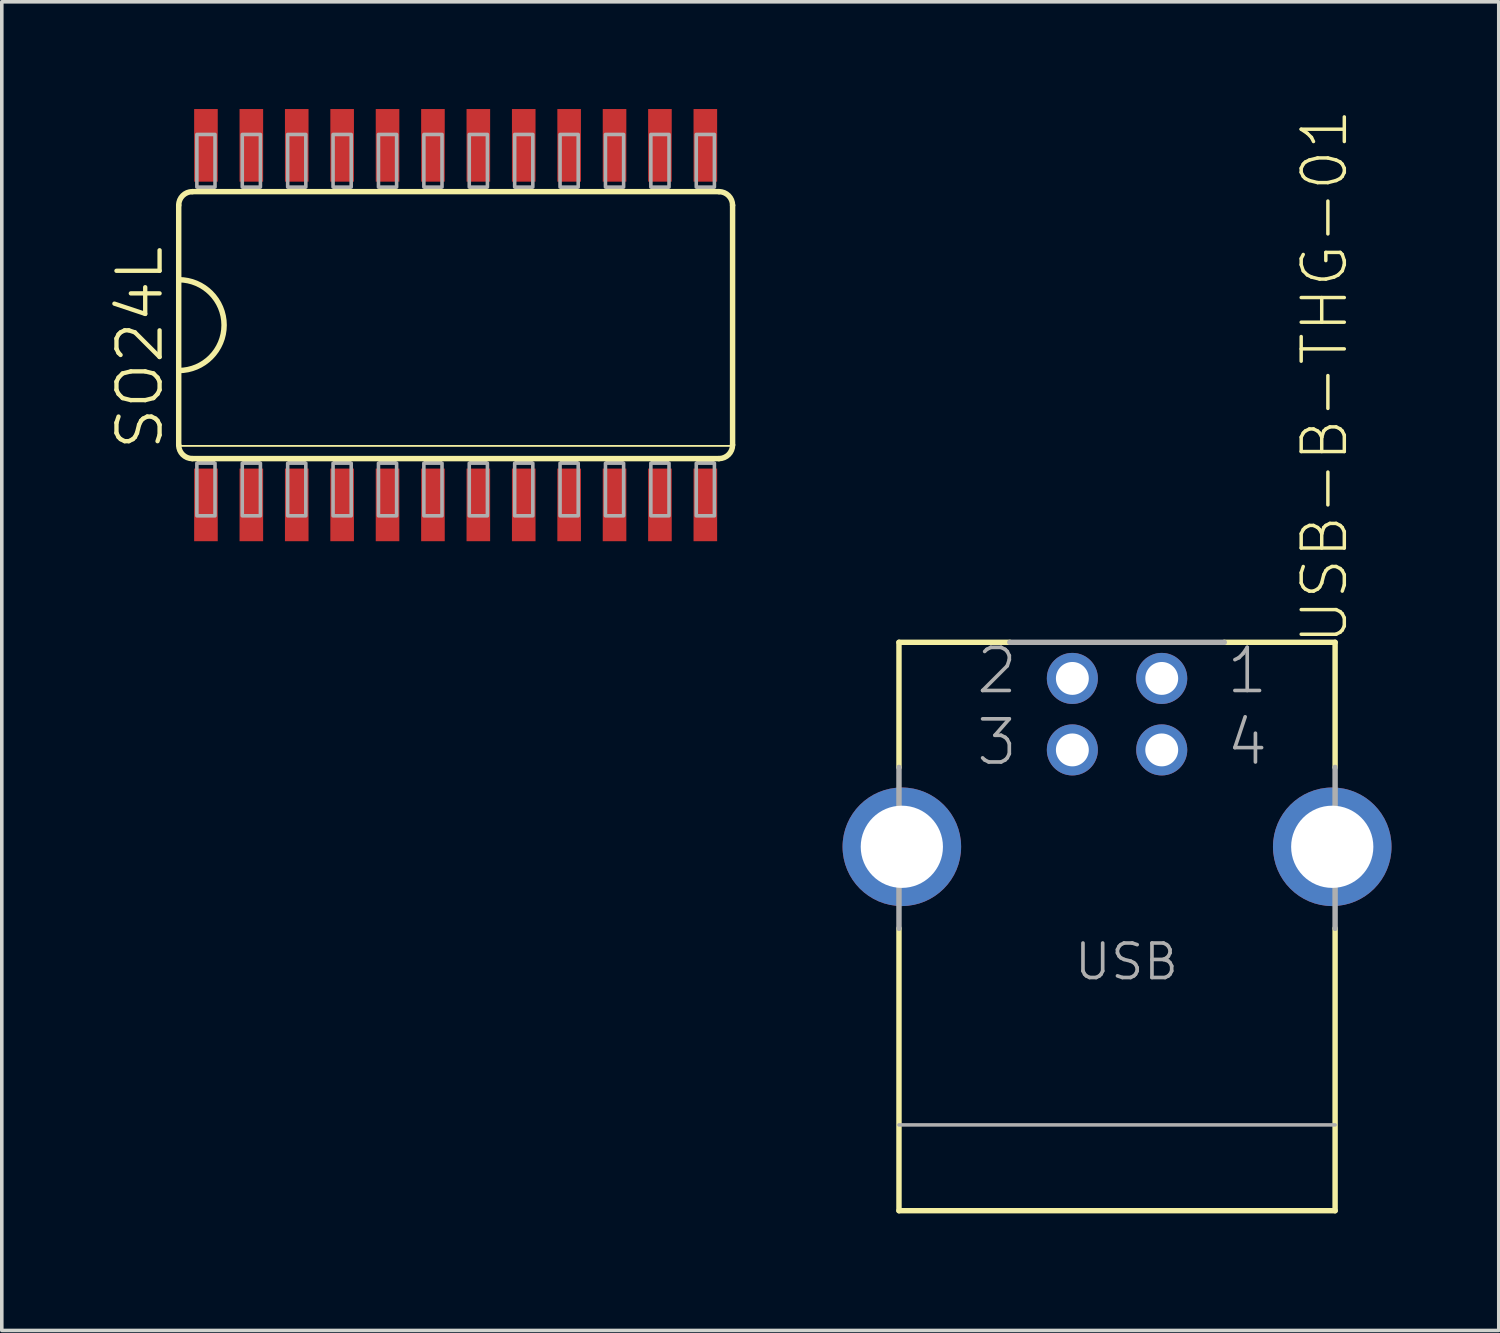
<source format=kicad_pcb>
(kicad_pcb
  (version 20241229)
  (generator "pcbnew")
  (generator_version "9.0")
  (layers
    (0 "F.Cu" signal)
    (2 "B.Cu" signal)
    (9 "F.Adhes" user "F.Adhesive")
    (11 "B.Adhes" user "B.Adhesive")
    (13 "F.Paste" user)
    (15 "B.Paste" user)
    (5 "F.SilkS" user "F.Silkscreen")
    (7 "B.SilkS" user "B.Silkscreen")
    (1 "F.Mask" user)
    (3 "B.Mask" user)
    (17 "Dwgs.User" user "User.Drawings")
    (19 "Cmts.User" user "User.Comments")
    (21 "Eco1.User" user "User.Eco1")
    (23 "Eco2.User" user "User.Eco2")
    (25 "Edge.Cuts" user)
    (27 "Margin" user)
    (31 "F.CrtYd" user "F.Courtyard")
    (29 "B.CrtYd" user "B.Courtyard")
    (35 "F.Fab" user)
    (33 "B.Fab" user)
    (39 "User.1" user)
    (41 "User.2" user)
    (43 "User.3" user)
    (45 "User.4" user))
  (footprint "SO24L"
    (layer "F.Cu")
    (at 9.696 6.045)
    (property "Reference" "SO24L" (at -8.128 3.556 270) (layer "F.SilkS") (effects (font (size 1.206 1.206) (thickness 0.121)) (justify left bottom)))
    (attr through_hole)
    (fp_line (start -7.747 -3.353) (end -7.747 -1.27) (stroke (width 0.152) (type solid)) (layer "F.SilkS"))
    (fp_line (start -7.747 -1.27) (end -7.747 1.27) (stroke (width 0.152) (type solid)) (layer "F.SilkS"))
    (fp_line (start -7.747 1.27) (end -7.747 3.353) (stroke (width 0.152) (type solid)) (layer "F.SilkS"))
    (fp_line (start -7.747 3.378) (end 7.747 3.378) (stroke (width 0.051) (type solid)) (layer "F.SilkS"))
    (fp_line (start -7.366 3.734) (end 7.366 3.734) (stroke (width 0.152) (type solid)) (layer "F.SilkS"))
    (fp_line (start 7.366 -3.734) (end -7.366 -3.734) (stroke (width 0.152) (type solid)) (layer "F.SilkS"))
    (fp_line (start 7.747 3.353) (end 7.747 -3.353) (stroke (width 0.152) (type solid)) (layer "F.SilkS"))
    (fp_arc (start -7.747 -3.3528) (mid -7.635408 -3.622208) (end -7.366 -3.7338) (stroke (width 0.1524) (type solid)) (layer "F.SilkS"))
    (fp_arc (start -7.747 -1.27) (mid -6.477 0) (end -7.747 1.27) (stroke (width 0.1524) (type solid)) (layer "F.SilkS"))
    (fp_arc (start -7.366 3.7338) (mid -7.635408 3.622208) (end -7.747 3.3528) (stroke (width 0.1524) (type solid)) (layer "F.SilkS"))
    (fp_arc (start 7.366 -3.7338) (mid 7.635408 -3.622208) (end 7.747 -3.3528) (stroke (width 0.1524) (type solid)) (layer "F.SilkS"))
    (fp_arc (start 7.747 3.3528) (mid 7.635408 3.622208) (end 7.366 3.7338) (stroke (width 0.1524) (type solid)) (layer "F.SilkS"))
    (fp_poly (pts (xy -7.239 -3.734) (xy -6.731 -3.734) (xy -6.731 -3.861) (xy -7.239 -3.861)) (stroke (width 0) (type solid)) (fill yes) (layer "F.SilkS"))
    (fp_poly (pts (xy -7.239 3.861) (xy -6.731 3.861) (xy -6.731 3.734) (xy -7.239 3.734)) (stroke (width 0) (type solid)) (fill yes) (layer "F.SilkS"))
    (fp_poly (pts (xy -5.969 -3.734) (xy -5.461 -3.734) (xy -5.461 -3.861) (xy -5.969 -3.861)) (stroke (width 0) (type solid)) (fill yes) (layer "F.SilkS"))
    (fp_poly (pts (xy -5.969 3.861) (xy -5.461 3.861) (xy -5.461 3.734) (xy -5.969 3.734)) (stroke (width 0) (type solid)) (fill yes) (layer "F.SilkS"))
    (fp_poly (pts (xy -4.699 -3.734) (xy -4.191 -3.734) (xy -4.191 -3.861) (xy -4.699 -3.861)) (stroke (width 0) (type solid)) (fill yes) (layer "F.SilkS"))
    (fp_poly (pts (xy -4.699 3.861) (xy -4.191 3.861) (xy -4.191 3.734) (xy -4.699 3.734)) (stroke (width 0) (type solid)) (fill yes) (layer "F.SilkS"))
    (fp_poly (pts (xy -3.429 -3.734) (xy -2.921 -3.734) (xy -2.921 -3.861) (xy -3.429 -3.861)) (stroke (width 0) (type solid)) (fill yes) (layer "F.SilkS"))
    (fp_poly (pts (xy -3.429 3.861) (xy -2.921 3.861) (xy -2.921 3.734) (xy -3.429 3.734)) (stroke (width 0) (type solid)) (fill yes) (layer "F.SilkS"))
    (fp_poly (pts (xy -2.159 -3.734) (xy -1.651 -3.734) (xy -1.651 -3.861) (xy -2.159 -3.861)) (stroke (width 0) (type solid)) (fill yes) (layer "F.SilkS"))
    (fp_poly (pts (xy -2.159 3.861) (xy -1.651 3.861) (xy -1.651 3.734) (xy -2.159 3.734)) (stroke (width 0) (type solid)) (fill yes) (layer "F.SilkS"))
    (fp_poly (pts (xy -0.889 -3.734) (xy -0.381 -3.734) (xy -0.381 -3.861) (xy -0.889 -3.861)) (stroke (width 0) (type solid)) (fill yes) (layer "F.SilkS"))
    (fp_poly (pts (xy -0.889 3.861) (xy -0.381 3.861) (xy -0.381 3.734) (xy -0.889 3.734)) (stroke (width 0) (type solid)) (fill yes) (layer "F.SilkS"))
    (fp_poly (pts (xy 0.381 -3.734) (xy 0.889 -3.734) (xy 0.889 -3.861) (xy 0.381 -3.861)) (stroke (width 0) (type solid)) (fill yes) (layer "F.SilkS"))
    (fp_poly (pts (xy 0.381 3.861) (xy 0.889 3.861) (xy 0.889 3.734) (xy 0.381 3.734)) (stroke (width 0) (type solid)) (fill yes) (layer "F.SilkS"))
    (fp_poly (pts (xy 1.651 -3.734) (xy 2.159 -3.734) (xy 2.159 -3.861) (xy 1.651 -3.861)) (stroke (width 0) (type solid)) (fill yes) (layer "F.SilkS"))
    (fp_poly (pts (xy 1.651 3.861) (xy 2.159 3.861) (xy 2.159 3.734) (xy 1.651 3.734)) (stroke (width 0) (type solid)) (fill yes) (layer "F.SilkS"))
    (fp_poly (pts (xy 2.921 -3.734) (xy 3.429 -3.734) (xy 3.429 -3.861) (xy 2.921 -3.861)) (stroke (width 0) (type solid)) (fill yes) (layer "F.SilkS"))
    (fp_poly (pts (xy 2.921 3.861) (xy 3.429 3.861) (xy 3.429 3.734) (xy 2.921 3.734)) (stroke (width 0) (type solid)) (fill yes) (layer "F.SilkS"))
    (fp_poly (pts (xy 4.191 -3.734) (xy 4.699 -3.734) (xy 4.699 -3.861) (xy 4.191 -3.861)) (stroke (width 0) (type solid)) (fill yes) (layer "F.SilkS"))
    (fp_poly (pts (xy 4.191 3.861) (xy 4.699 3.861) (xy 4.699 3.734) (xy 4.191 3.734)) (stroke (width 0) (type solid)) (fill yes) (layer "F.SilkS"))
    (fp_poly (pts (xy 5.461 -3.734) (xy 5.969 -3.734) (xy 5.969 -3.861) (xy 5.461 -3.861)) (stroke (width 0) (type solid)) (fill yes) (layer "F.SilkS"))
    (fp_poly (pts (xy 5.461 3.861) (xy 5.969 3.861) (xy 5.969 3.734) (xy 5.461 3.734)) (stroke (width 0) (type solid)) (fill yes) (layer "F.SilkS"))
    (fp_poly (pts (xy 6.731 -3.734) (xy 7.239 -3.734) (xy 7.239 -3.861) (xy 6.731 -3.861)) (stroke (width 0) (type solid)) (fill yes) (layer "F.SilkS"))
    (fp_poly (pts (xy 6.731 3.861) (xy 7.239 3.861) (xy 7.239 3.734) (xy 6.731 3.734)) (stroke (width 0) (type solid)) (fill yes) (layer "F.SilkS"))
    (fp_poly (pts (xy -7.239 -3.861) (xy -6.731 -3.861) (xy -6.731 -5.334) (xy -7.239 -5.334)) (stroke (width 0.1) (type solid)) (fill no) (layer "F.Fab"))
    (fp_poly (pts (xy -7.239 5.334) (xy -6.731 5.334) (xy -6.731 3.861) (xy -7.239 3.861)) (stroke (width 0.1) (type solid)) (fill no) (layer "F.Fab"))
    (fp_poly (pts (xy -5.969 -3.861) (xy -5.461 -3.861) (xy -5.461 -5.334) (xy -5.969 -5.334)) (stroke (width 0.1) (type solid)) (fill no) (layer "F.Fab"))
    (fp_poly (pts (xy -5.969 5.334) (xy -5.461 5.334) (xy -5.461 3.861) (xy -5.969 3.861)) (stroke (width 0.1) (type solid)) (fill no) (layer "F.Fab"))
    (fp_poly (pts (xy -4.699 -3.861) (xy -4.191 -3.861) (xy -4.191 -5.334) (xy -4.699 -5.334)) (stroke (width 0.1) (type solid)) (fill no) (layer "F.Fab"))
    (fp_poly (pts (xy -4.699 5.334) (xy -4.191 5.334) (xy -4.191 3.861) (xy -4.699 3.861)) (stroke (width 0.1) (type solid)) (fill no) (layer "F.Fab"))
    (fp_poly (pts (xy -3.429 -3.861) (xy -2.921 -3.861) (xy -2.921 -5.334) (xy -3.429 -5.334)) (stroke (width 0.1) (type solid)) (fill no) (layer "F.Fab"))
    (fp_poly (pts (xy -3.429 5.334) (xy -2.921 5.334) (xy -2.921 3.861) (xy -3.429 3.861)) (stroke (width 0.1) (type solid)) (fill no) (layer "F.Fab"))
    (fp_poly (pts (xy -2.159 -3.861) (xy -1.651 -3.861) (xy -1.651 -5.334) (xy -2.159 -5.334)) (stroke (width 0.1) (type solid)) (fill no) (layer "F.Fab"))
    (fp_poly (pts (xy -2.159 5.334) (xy -1.651 5.334) (xy -1.651 3.861) (xy -2.159 3.861)) (stroke (width 0.1) (type solid)) (fill no) (layer "F.Fab"))
    (fp_poly (pts (xy -0.889 -3.861) (xy -0.381 -3.861) (xy -0.381 -5.334) (xy -0.889 -5.334)) (stroke (width 0.1) (type solid)) (fill no) (layer "F.Fab"))
    (fp_poly (pts (xy -0.889 5.334) (xy -0.381 5.334) (xy -0.381 3.861) (xy -0.889 3.861)) (stroke (width 0.1) (type solid)) (fill no) (layer "F.Fab"))
    (fp_poly (pts (xy 0.381 -3.861) (xy 0.889 -3.861) (xy 0.889 -5.334) (xy 0.381 -5.334)) (stroke (width 0.1) (type solid)) (fill no) (layer "F.Fab"))
    (fp_poly (pts (xy 0.381 5.334) (xy 0.889 5.334) (xy 0.889 3.861) (xy 0.381 3.861)) (stroke (width 0.1) (type solid)) (fill no) (layer "F.Fab"))
    (fp_poly (pts (xy 1.651 -3.861) (xy 2.159 -3.861) (xy 2.159 -5.334) (xy 1.651 -5.334)) (stroke (width 0.1) (type solid)) (fill no) (layer "F.Fab"))
    (fp_poly (pts (xy 1.651 5.334) (xy 2.159 5.334) (xy 2.159 3.861) (xy 1.651 3.861)) (stroke (width 0.1) (type solid)) (fill no) (layer "F.Fab"))
    (fp_poly (pts (xy 2.921 -3.861) (xy 3.429 -3.861) (xy 3.429 -5.334) (xy 2.921 -5.334)) (stroke (width 0.1) (type solid)) (fill no) (layer "F.Fab"))
    (fp_poly (pts (xy 2.921 5.334) (xy 3.429 5.334) (xy 3.429 3.861) (xy 2.921 3.861)) (stroke (width 0.1) (type solid)) (fill no) (layer "F.Fab"))
    (fp_poly (pts (xy 4.191 -3.861) (xy 4.699 -3.861) (xy 4.699 -5.334) (xy 4.191 -5.334)) (stroke (width 0.1) (type solid)) (fill no) (layer "F.Fab"))
    (fp_poly (pts (xy 4.191 5.334) (xy 4.699 5.334) (xy 4.699 3.861) (xy 4.191 3.861)) (stroke (width 0.1) (type solid)) (fill no) (layer "F.Fab"))
    (fp_poly (pts (xy 5.461 -3.861) (xy 5.969 -3.861) (xy 5.969 -5.334) (xy 5.461 -5.334)) (stroke (width 0.1) (type solid)) (fill no) (layer "F.Fab"))
    (fp_poly (pts (xy 5.461 5.334) (xy 5.969 5.334) (xy 5.969 3.861) (xy 5.461 3.861)) (stroke (width 0.1) (type solid)) (fill no) (layer "F.Fab"))
    (fp_poly (pts (xy 6.731 -3.861) (xy 7.239 -3.861) (xy 7.239 -5.334) (xy 6.731 -5.334)) (stroke (width 0.1) (type solid)) (fill no) (layer "F.Fab"))
    (fp_poly (pts (xy 6.731 5.334) (xy 7.239 5.334) (xy 7.239 3.861) (xy 6.731 3.861)) (stroke (width 0.1) (type solid)) (fill no) (layer "F.Fab"))
    (pad "1" smd rect (at -6.985 5.029) (size 0.66 2.032) (layers "F.Cu" "F.Mask" "F.Paste"))
    (pad "2" smd rect (at -5.715 5.029) (size 0.66 2.032) (layers "F.Cu" "F.Mask" "F.Paste"))
    (pad "3" smd rect (at -4.445 5.029) (size 0.66 2.032) (layers "F.Cu" "F.Mask" "F.Paste"))
    (pad "4" smd rect (at -3.175 5.029) (size 0.66 2.032) (layers "F.Cu" "F.Mask" "F.Paste"))
    (pad "5" smd rect (at -1.905 5.029) (size 0.66 2.032) (layers "F.Cu" "F.Mask" "F.Paste"))
    (pad "6" smd rect (at -0.635 5.029) (size 0.66 2.032) (layers "F.Cu" "F.Mask" "F.Paste"))
    (pad "7" smd rect (at 0.635 5.029) (size 0.66 2.032) (layers "F.Cu" "F.Mask" "F.Paste"))
    (pad "8" smd rect (at 1.905 5.029) (size 0.66 2.032) (layers "F.Cu" "F.Mask" "F.Paste"))
    (pad "9" smd rect (at 3.175 5.029) (size 0.66 2.032) (layers "F.Cu" "F.Mask" "F.Paste"))
    (pad "10" smd rect (at 4.445 5.029) (size 0.66 2.032) (layers "F.Cu" "F.Mask" "F.Paste"))
    (pad "11" smd rect (at 5.715 5.029) (size 0.66 2.032) (layers "F.Cu" "F.Mask" "F.Paste"))
    (pad "12" smd rect (at 6.985 5.029) (size 0.66 2.032) (layers "F.Cu" "F.Mask" "F.Paste"))
    (pad "13" smd rect (at 6.985 -5.029) (size 0.66 2.032) (layers "F.Cu" "F.Mask" "F.Paste"))
    (pad "14" smd rect (at 5.715 -5.029) (size 0.66 2.032) (layers "F.Cu" "F.Mask" "F.Paste"))
    (pad "15" smd rect (at 4.445 -5.029) (size 0.66 2.032) (layers "F.Cu" "F.Mask" "F.Paste"))
    (pad "16" smd rect (at 3.175 -5.029) (size 0.66 2.032) (layers "F.Cu" "F.Mask" "F.Paste"))
    (pad "17" smd rect (at 1.905 -5.029) (size 0.66 2.032) (layers "F.Cu" "F.Mask" "F.Paste"))
    (pad "18" smd rect (at 0.635 -5.029) (size 0.66 2.032) (layers "F.Cu" "F.Mask" "F.Paste"))
    (pad "19" smd rect (at -0.635 -5.029) (size 0.66 2.032) (layers "F.Cu" "F.Mask" "F.Paste"))
    (pad "20" smd rect (at -1.905 -5.029) (size 0.66 2.032) (layers "F.Cu" "F.Mask" "F.Paste"))
    (pad "21" smd rect (at -3.175 -5.029) (size 0.66 2.032) (layers "F.Cu" "F.Mask" "F.Paste"))
    (pad "22" smd rect (at -4.445 -5.029) (size 0.66 2.032) (layers "F.Cu" "F.Mask" "F.Paste"))
    (pad "23" smd rect (at -5.715 -5.029) (size 0.66 2.032) (layers "F.Cu" "F.Mask" "F.Paste"))
    (pad "24" smd rect (at -6.985 -5.029) (size 0.66 2.032) (layers "F.Cu" "F.Mask" "F.Paste")))
  (footprint "USB-B-THG-01"
    (layer "F.Cu")
    (at 28.198 30.918)
    (property "Reference" "USB-B-THG-01" (at 6.51 -15.875 270) (layer "F.SilkS") (effects (font (size 1.206 1.206) (thickness 0.097)) (justify left bottom)))
    (attr through_hole)
    (fp_line (start -6.1 -16) (end -3 -16) (stroke (width 0.152) (type solid)) (layer "F.SilkS"))
    (fp_line (start -6.1 -12.5) (end -6.1 -16) (stroke (width 0.152) (type solid)) (layer "F.SilkS"))
    (fp_line (start -6.1 -0.1) (end -6.1 -8) (stroke (width 0.152) (type solid)) (layer "F.SilkS"))
    (fp_line (start -6.1 -0.1) (end 6.1 -0.1) (stroke (width 0.152) (type solid)) (layer "F.SilkS"))
    (fp_line (start 3 -16) (end 6.1 -16) (stroke (width 0.152) (type solid)) (layer "F.SilkS"))
    (fp_line (start 6.1 -12.5) (end 6.1 -16) (stroke (width 0.152) (type solid)) (layer "F.SilkS"))
    (fp_line (start 6.1 -0.1) (end 6.1 -8) (stroke (width 0.152) (type solid)) (layer "F.SilkS"))
    (fp_line (start -6.1 -8) (end -6.1 -12.5) (stroke (width 0.152) (type solid)) (layer "F.Fab"))
    (fp_line (start -6.1 -2.5) (end 6.1 -2.5) (stroke (width 0.1) (type solid)) (layer "F.Fab"))
    (fp_line (start -3 -16) (end 3 -16) (stroke (width 0.152) (type solid)) (layer "F.Fab"))
    (fp_line (start 6.1 -8) (end 6.1 -12.5) (stroke (width 0.152) (type solid)) (layer "F.Fab"))
    (fp_text user "1" (at 3 -14.5 0) (layer "F.Fab") (effects (font (size 1.206 1.206) (thickness 0.102)) (justify left bottom)))
    (fp_text user "4" (at 3 -12.5 0) (layer "F.Fab") (effects (font (size 1.206 1.206) (thickness 0.102)) (justify left bottom)))
    (fp_text user "2" (at -4 -14.5 0) (layer "F.Fab") (effects (font (size 1.206 1.206) (thickness 0.102)) (justify left bottom)))
    (fp_text user "USB" (at -1.25 -6.5 0) (layer "F.Fab") (effects (font (size 0.965 0.965) (thickness 0.102)) (justify left bottom)))
    (fp_text user "3" (at -4 -12.5 0) (layer "F.Fab") (effects (font (size 1.206 1.206) (thickness 0.102)) (justify left bottom)))
    (pad "1" thru_hole circle (at 1.25 -14.99) (size 1.428 1.428) (drill 0.92) (layers "*.Cu" "*.Mask"))
    (pad "2" thru_hole circle (at -1.25 -14.99) (size 1.428 1.428) (drill 0.92) (layers "*.Cu" "*.Mask"))
    (pad "3" thru_hole circle (at -1.25 -12.99) (size 1.428 1.428) (drill 0.92) (layers "*.Cu" "*.Mask"))
    (pad "4" thru_hole circle (at 1.25 -12.99) (size 1.428 1.428) (drill 0.92) (layers "*.Cu" "*.Mask"))
    (pad "G1" thru_hole circle (at 6.02 -10.28) (size 3.316 3.316) (drill 2.3) (layers "*.Cu" "*.Mask"))
    (pad "G2" thru_hole circle (at -6.02 -10.28) (size 3.316 3.316) (drill 2.3) (layers "*.Cu" "*.Mask")))
  (gr_rect
    (start -3 -3)
    (end 38.876 34.168)
    (stroke (width 0.1) (type default))
    (fill no)
    (layer "Edge.Cuts")))
</source>
